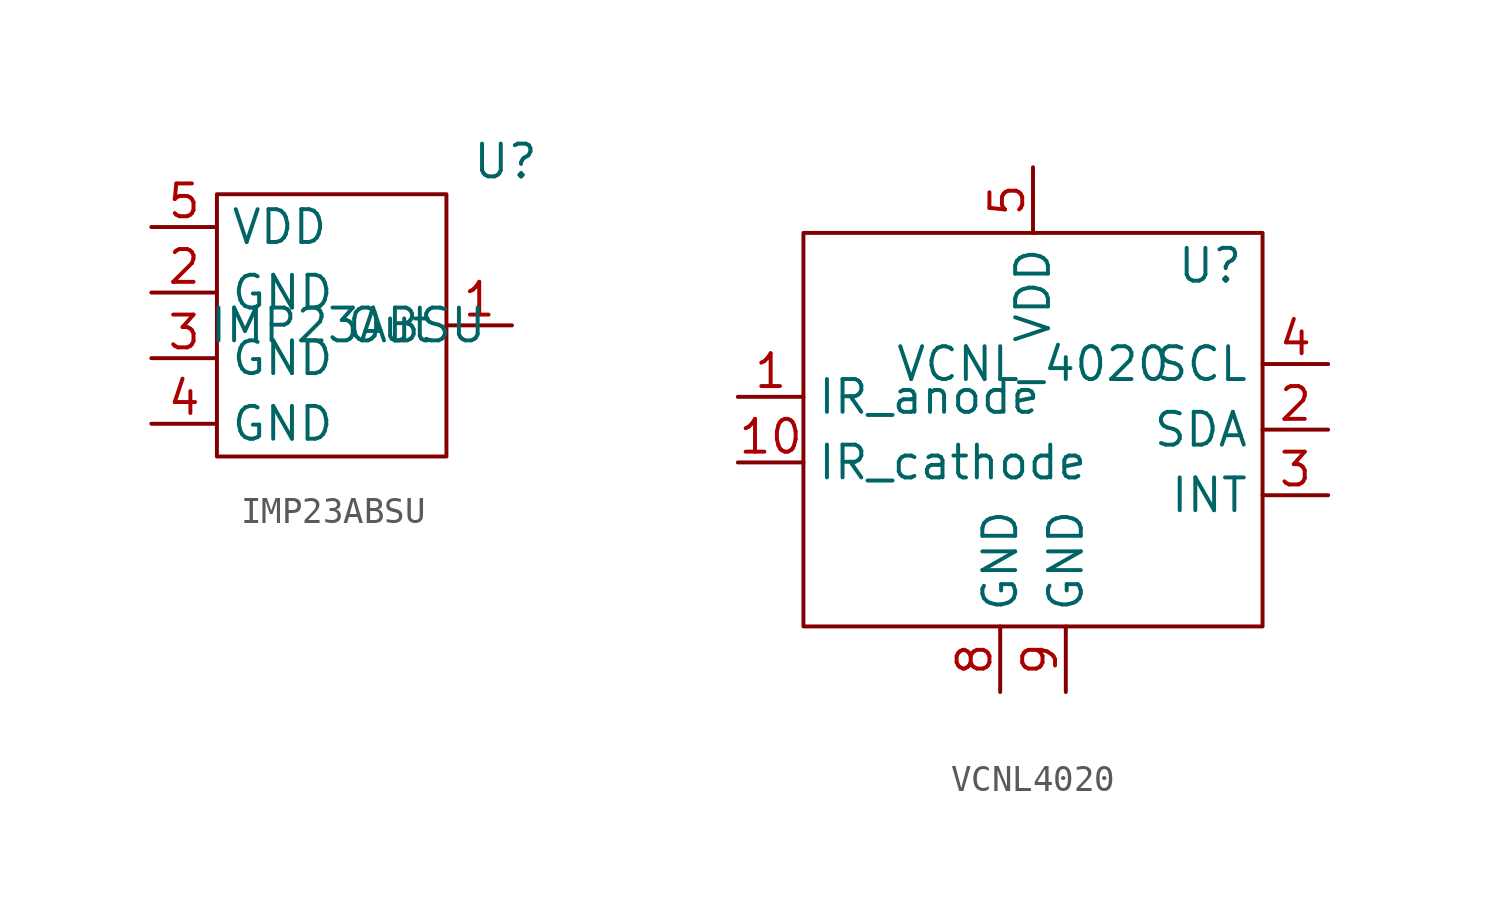
<source format=kicad_sym>
(kicad_symbol_lib
  (version 20231120)
  (generator "kicad_symbol_editor")
  (generator_version "8.0")
  (symbol "IMP23ABSU"
    (property "Reference" "U"
      (at 6.096 6.35 0)
      (effects (font (size 1.27 1.27))))
    (property "Value" "IMP23ABSU"
      (at 0 0 0)
      (effects (font (size 1.27 1.27))))
    (symbol "IMP23ABSU_0_1"
      (rectangle (start -5.08 5.08) (end 3.81 -5.08) (stroke (width 0) (type default)) (fill (type none))))
    (symbol "IMP23ABSU_1_1"
      (pin output line (at 6.35 0 180) (length 2.54) (name "Out" (effects (font (size 1.27 1.27)))) (number "1" (effects (font (size 1.27 1.27)))))
      (pin power_in line (at -7.62 1.27 0) (length 2.54) (name "GND" (effects (font (size 1.27 1.27)))) (number "2" (effects (font (size 1.27 1.27)))))
      (pin power_in line (at -7.62 -1.27 0) (length 2.54) (name "GND" (effects (font (size 1.27 1.27)))) (number "3" (effects (font (size 1.27 1.27)))))
      (pin power_in line (at -7.62 -3.81 0) (length 2.54) (name "GND" (effects (font (size 1.27 1.27)))) (number "4" (effects (font (size 1.27 1.27)))))
      (pin power_in line (at -7.62 3.81 0) (length 2.54) (name "VDD" (effects (font (size 1.27 1.27)))) (number "5" (effects (font (size 1.27 1.27)))))))
  (symbol "VCNL4020"
    (property "Reference" "U"
      (at 6.858 3.81 0)
      (effects (font (size 1.27 1.27))))
    (property "Value" "VCNL_4020"
      (at 0 0 0)
      (effects (font (size 1.27 1.27))))
    (symbol "VCNL4020_0_1"
      (rectangle (start -8.89 5.08) (end 8.89 -10.16) (stroke (width 0) (type default)) (fill (type none))))
    (symbol "VCNL4020_1_1"
      (pin input line (at -11.43 -1.27 0) (length 2.54) (name "IR_anode" (effects (font (size 1.27 1.27)))) (number "1" (effects (font (size 1.27 1.27)))))
      (pin output line (at -11.43 -3.81 0) (length 2.54) (name "IR_cathode" (effects (font (size 1.27 1.27)))) (number "10" (effects (font (size 1.27 1.27)))))
      (pin bidirectional line (at 11.43 -2.54 180) (length 2.54) (name "SDA" (effects (font (size 1.27 1.27)))) (number "2" (effects (font (size 1.27 1.27)))))
      (pin output line (at 11.43 -5.08 180) (length 2.54) (name "INT" (effects (font (size 1.27 1.27)))) (number "3" (effects (font (size 1.27 1.27)))))
      (pin input line (at 11.43 0 180) (length 2.54) (name "SCL" (effects (font (size 1.27 1.27)))) (number "4" (effects (font (size 1.27 1.27)))))
      (pin power_in line (at 0 7.62 270) (length 2.54) (name "VDD" (effects (font (size 1.27 1.27)))) (number "5" (effects (font (size 1.27 1.27)))))
      (pin no_connect line (at -11.43 -8.89 0) (length 2.54) hide (name "NC" (effects (font (size 1.27 1.27)))) (number "6" (effects (font (size 1.27 1.27)))))
      (pin no_connect line (at -11.43 -6.35 0) (length 2.54) hide (name "NC" (effects (font (size 1.27 1.27)))) (number "7" (effects (font (size 1.27 1.27)))))
      (pin power_in line (at -1.27 -12.7 90) (length 2.54) (name "GND" (effects (font (size 1.27 1.27)))) (number "8" (effects (font (size 1.27 1.27)))))
      (pin power_in line (at 1.27 -12.7 90) (length 2.54) (name "GND" (effects (font (size 1.27 1.27)))) (number "9" (effects (font (size 1.27 1.27))))))))
</source>
